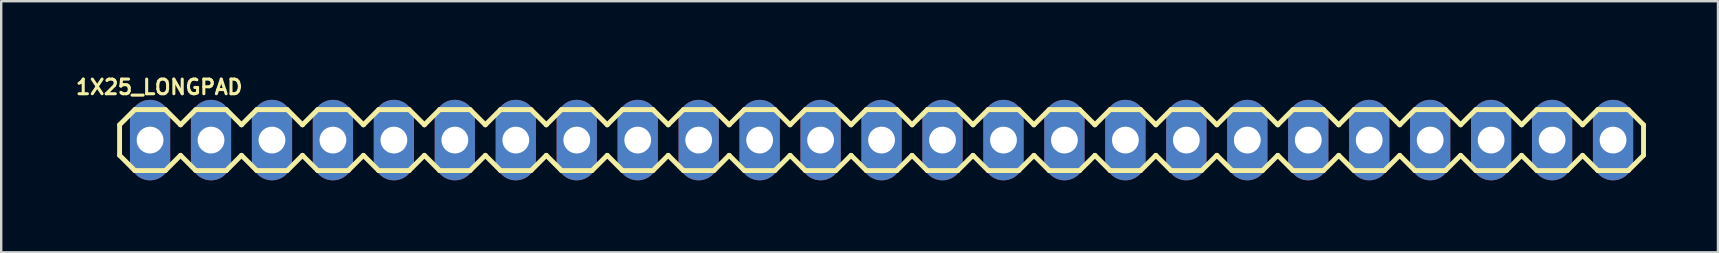
<source format=kicad_pcb>
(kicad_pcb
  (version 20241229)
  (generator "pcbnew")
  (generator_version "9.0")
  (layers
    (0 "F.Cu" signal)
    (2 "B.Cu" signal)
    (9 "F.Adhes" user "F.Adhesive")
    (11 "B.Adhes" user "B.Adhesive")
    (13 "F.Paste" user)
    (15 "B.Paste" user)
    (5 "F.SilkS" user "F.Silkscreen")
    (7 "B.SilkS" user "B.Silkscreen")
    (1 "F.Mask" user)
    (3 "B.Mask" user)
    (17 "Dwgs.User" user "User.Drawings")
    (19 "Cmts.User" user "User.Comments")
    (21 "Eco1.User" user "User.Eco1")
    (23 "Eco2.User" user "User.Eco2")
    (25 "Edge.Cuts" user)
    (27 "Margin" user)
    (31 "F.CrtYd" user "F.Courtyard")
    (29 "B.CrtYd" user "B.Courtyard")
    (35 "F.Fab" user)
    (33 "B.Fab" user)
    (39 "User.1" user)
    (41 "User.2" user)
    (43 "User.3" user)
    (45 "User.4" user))
  (footprint "1X25_LONGPAD"
    (layer "F.Cu")
    (at 3.203 2.787)
    (property "Reference" "1X25_LONGPAD" (at 0.381 -2.207 0) (layer "F.SilkS") (effects (font (size 0.61 0.61) (thickness 0.127))))
    (attr exclude_from_pos_files exclude_from_bom)
    (fp_line (start -1.27 -0.635) (end -1.27 0.635) (stroke (width 0.203) (type solid)) (layer "F.SilkS"))
    (fp_line (start -1.27 0.635) (end -0.635 1.27) (stroke (width 0.203) (type solid)) (layer "F.SilkS"))
    (fp_line (start -0.635 -1.27) (end -1.27 -0.635) (stroke (width 0.203) (type solid)) (layer "F.SilkS"))
    (fp_line (start -0.635 -1.27) (end 0.635 -1.27) (stroke (width 0.203) (type solid)) (layer "F.SilkS"))
    (fp_line (start 0.635 -1.27) (end 1.27 -0.635) (stroke (width 0.203) (type solid)) (layer "F.SilkS"))
    (fp_line (start 0.635 1.27) (end -0.635 1.27) (stroke (width 0.203) (type solid)) (layer "F.SilkS"))
    (fp_line (start 1.27 -0.635) (end 1.905 -1.27) (stroke (width 0.203) (type solid)) (layer "F.SilkS"))
    (fp_line (start 1.27 0.635) (end 0.635 1.27) (stroke (width 0.203) (type solid)) (layer "F.SilkS"))
    (fp_line (start 1.905 -1.27) (end 3.175 -1.27) (stroke (width 0.203) (type solid)) (layer "F.SilkS"))
    (fp_line (start 1.905 1.27) (end 1.27 0.635) (stroke (width 0.203) (type solid)) (layer "F.SilkS"))
    (fp_line (start 3.175 -1.27) (end 3.81 -0.635) (stroke (width 0.203) (type solid)) (layer "F.SilkS"))
    (fp_line (start 3.175 1.27) (end 1.905 1.27) (stroke (width 0.203) (type solid)) (layer "F.SilkS"))
    (fp_line (start 3.81 -0.635) (end 4.445 -1.27) (stroke (width 0.203) (type solid)) (layer "F.SilkS"))
    (fp_line (start 3.81 0.635) (end 3.175 1.27) (stroke (width 0.203) (type solid)) (layer "F.SilkS"))
    (fp_line (start 4.445 -1.27) (end 5.715 -1.27) (stroke (width 0.203) (type solid)) (layer "F.SilkS"))
    (fp_line (start 4.445 1.27) (end 3.81 0.635) (stroke (width 0.203) (type solid)) (layer "F.SilkS"))
    (fp_line (start 5.715 -1.27) (end 6.35 -0.635) (stroke (width 0.203) (type solid)) (layer "F.SilkS"))
    (fp_line (start 5.715 1.27) (end 4.445 1.27) (stroke (width 0.203) (type solid)) (layer "F.SilkS"))
    (fp_line (start 6.35 0.635) (end 5.715 1.27) (stroke (width 0.203) (type solid)) (layer "F.SilkS"))
    (fp_line (start 6.35 0.635) (end 6.985 1.27) (stroke (width 0.203) (type solid)) (layer "F.SilkS"))
    (fp_line (start 6.985 -1.27) (end 6.35 -0.635) (stroke (width 0.203) (type solid)) (layer "F.SilkS"))
    (fp_line (start 6.985 -1.27) (end 8.255 -1.27) (stroke (width 0.203) (type solid)) (layer "F.SilkS"))
    (fp_line (start 8.255 -1.27) (end 8.89 -0.635) (stroke (width 0.203) (type solid)) (layer "F.SilkS"))
    (fp_line (start 8.255 1.27) (end 6.985 1.27) (stroke (width 0.203) (type solid)) (layer "F.SilkS"))
    (fp_line (start 8.89 -0.635) (end 9.525 -1.27) (stroke (width 0.203) (type solid)) (layer "F.SilkS"))
    (fp_line (start 8.89 0.635) (end 8.255 1.27) (stroke (width 0.203) (type solid)) (layer "F.SilkS"))
    (fp_line (start 9.525 -1.27) (end 10.795 -1.27) (stroke (width 0.203) (type solid)) (layer "F.SilkS"))
    (fp_line (start 9.525 1.27) (end 8.89 0.635) (stroke (width 0.203) (type solid)) (layer "F.SilkS"))
    (fp_line (start 10.795 -1.27) (end 11.43 -0.635) (stroke (width 0.203) (type solid)) (layer "F.SilkS"))
    (fp_line (start 10.795 1.27) (end 9.525 1.27) (stroke (width 0.203) (type solid)) (layer "F.SilkS"))
    (fp_line (start 11.43 -0.635) (end 12.065 -1.27) (stroke (width 0.203) (type solid)) (layer "F.SilkS"))
    (fp_line (start 11.43 0.635) (end 10.795 1.27) (stroke (width 0.203) (type solid)) (layer "F.SilkS"))
    (fp_line (start 12.065 -1.27) (end 13.335 -1.27) (stroke (width 0.203) (type solid)) (layer "F.SilkS"))
    (fp_line (start 12.065 1.27) (end 11.43 0.635) (stroke (width 0.203) (type solid)) (layer "F.SilkS"))
    (fp_line (start 13.335 -1.27) (end 13.97 -0.635) (stroke (width 0.203) (type solid)) (layer "F.SilkS"))
    (fp_line (start 13.335 1.27) (end 12.065 1.27) (stroke (width 0.203) (type solid)) (layer "F.SilkS"))
    (fp_line (start 13.97 0.635) (end 13.335 1.27) (stroke (width 0.203) (type solid)) (layer "F.SilkS"))
    (fp_line (start 13.97 0.635) (end 14.605 1.27) (stroke (width 0.203) (type solid)) (layer "F.SilkS"))
    (fp_line (start 14.605 -1.27) (end 13.97 -0.635) (stroke (width 0.203) (type solid)) (layer "F.SilkS"))
    (fp_line (start 14.605 -1.27) (end 15.875 -1.27) (stroke (width 0.203) (type solid)) (layer "F.SilkS"))
    (fp_line (start 15.875 -1.27) (end 16.51 -0.635) (stroke (width 0.203) (type solid)) (layer "F.SilkS"))
    (fp_line (start 15.875 1.27) (end 14.605 1.27) (stroke (width 0.203) (type solid)) (layer "F.SilkS"))
    (fp_line (start 16.51 0.635) (end 15.875 1.27) (stroke (width 0.203) (type solid)) (layer "F.SilkS"))
    (fp_line (start 16.51 0.635) (end 17.145 1.27) (stroke (width 0.203) (type solid)) (layer "F.SilkS"))
    (fp_line (start 17.145 -1.27) (end 16.51 -0.635) (stroke (width 0.203) (type solid)) (layer "F.SilkS"))
    (fp_line (start 17.145 -1.27) (end 18.415 -1.27) (stroke (width 0.203) (type solid)) (layer "F.SilkS"))
    (fp_line (start 18.415 -1.27) (end 19.05 -0.635) (stroke (width 0.203) (type solid)) (layer "F.SilkS"))
    (fp_line (start 18.415 1.27) (end 17.145 1.27) (stroke (width 0.203) (type solid)) (layer "F.SilkS"))
    (fp_line (start 19.05 -0.635) (end 19.685 -1.27) (stroke (width 0.203) (type solid)) (layer "F.SilkS"))
    (fp_line (start 19.05 0.635) (end 18.415 1.27) (stroke (width 0.203) (type solid)) (layer "F.SilkS"))
    (fp_line (start 19.685 -1.27) (end 20.955 -1.27) (stroke (width 0.203) (type solid)) (layer "F.SilkS"))
    (fp_line (start 19.685 1.27) (end 19.05 0.635) (stroke (width 0.203) (type solid)) (layer "F.SilkS"))
    (fp_line (start 20.955 -1.27) (end 21.59 -0.635) (stroke (width 0.203) (type solid)) (layer "F.SilkS"))
    (fp_line (start 20.955 1.27) (end 19.685 1.27) (stroke (width 0.203) (type solid)) (layer "F.SilkS"))
    (fp_line (start 21.59 -0.635) (end 22.225 -1.27) (stroke (width 0.203) (type solid)) (layer "F.SilkS"))
    (fp_line (start 21.59 0.635) (end 20.955 1.27) (stroke (width 0.203) (type solid)) (layer "F.SilkS"))
    (fp_line (start 22.225 -1.27) (end 23.495 -1.27) (stroke (width 0.203) (type solid)) (layer "F.SilkS"))
    (fp_line (start 22.225 1.27) (end 21.59 0.635) (stroke (width 0.203) (type solid)) (layer "F.SilkS"))
    (fp_line (start 23.495 -1.27) (end 24.13 -0.635) (stroke (width 0.203) (type solid)) (layer "F.SilkS"))
    (fp_line (start 23.495 1.27) (end 22.225 1.27) (stroke (width 0.203) (type solid)) (layer "F.SilkS"))
    (fp_line (start 24.13 0.635) (end 23.495 1.27) (stroke (width 0.203) (type solid)) (layer "F.SilkS"))
    (fp_line (start 24.13 0.635) (end 24.765 1.27) (stroke (width 0.203) (type solid)) (layer "F.SilkS"))
    (fp_line (start 24.765 -1.27) (end 24.13 -0.635) (stroke (width 0.203) (type solid)) (layer "F.SilkS"))
    (fp_line (start 24.765 -1.27) (end 26.035 -1.27) (stroke (width 0.203) (type solid)) (layer "F.SilkS"))
    (fp_line (start 26.035 -1.27) (end 26.67 -0.635) (stroke (width 0.203) (type solid)) (layer "F.SilkS"))
    (fp_line (start 26.035 1.27) (end 24.765 1.27) (stroke (width 0.203) (type solid)) (layer "F.SilkS"))
    (fp_line (start 26.67 -0.635) (end 27.305 -1.27) (stroke (width 0.203) (type solid)) (layer "F.SilkS"))
    (fp_line (start 26.67 0.635) (end 26.035 1.27) (stroke (width 0.203) (type solid)) (layer "F.SilkS"))
    (fp_line (start 27.305 -1.27) (end 28.575 -1.27) (stroke (width 0.203) (type solid)) (layer "F.SilkS"))
    (fp_line (start 27.305 1.27) (end 26.67 0.635) (stroke (width 0.203) (type solid)) (layer "F.SilkS"))
    (fp_line (start 28.575 -1.27) (end 29.21 -0.635) (stroke (width 0.203) (type solid)) (layer "F.SilkS"))
    (fp_line (start 28.575 1.27) (end 27.305 1.27) (stroke (width 0.203) (type solid)) (layer "F.SilkS"))
    (fp_line (start 29.21 -0.635) (end 29.845 -1.27) (stroke (width 0.203) (type solid)) (layer "F.SilkS"))
    (fp_line (start 29.21 0.635) (end 28.575 1.27) (stroke (width 0.203) (type solid)) (layer "F.SilkS"))
    (fp_line (start 29.845 -1.27) (end 31.115 -1.27) (stroke (width 0.203) (type solid)) (layer "F.SilkS"))
    (fp_line (start 29.845 1.27) (end 29.21 0.635) (stroke (width 0.203) (type solid)) (layer "F.SilkS"))
    (fp_line (start 31.115 -1.27) (end 31.75 -0.635) (stroke (width 0.203) (type solid)) (layer "F.SilkS"))
    (fp_line (start 31.115 1.27) (end 29.845 1.27) (stroke (width 0.203) (type solid)) (layer "F.SilkS"))
    (fp_line (start 31.75 0.635) (end 31.115 1.27) (stroke (width 0.203) (type solid)) (layer "F.SilkS"))
    (fp_line (start 31.75 0.635) (end 32.385 1.27) (stroke (width 0.203) (type solid)) (layer "F.SilkS"))
    (fp_line (start 32.385 -1.27) (end 31.75 -0.635) (stroke (width 0.203) (type solid)) (layer "F.SilkS"))
    (fp_line (start 32.385 -1.27) (end 33.655 -1.27) (stroke (width 0.203) (type solid)) (layer "F.SilkS"))
    (fp_line (start 33.655 -1.27) (end 34.29 -0.635) (stroke (width 0.203) (type solid)) (layer "F.SilkS"))
    (fp_line (start 33.655 1.27) (end 32.385 1.27) (stroke (width 0.203) (type solid)) (layer "F.SilkS"))
    (fp_line (start 34.29 0.635) (end 33.655 1.27) (stroke (width 0.203) (type solid)) (layer "F.SilkS"))
    (fp_line (start 34.29 0.635) (end 34.925 1.27) (stroke (width 0.203) (type solid)) (layer "F.SilkS"))
    (fp_line (start 34.925 -1.27) (end 34.29 -0.635) (stroke (width 0.203) (type solid)) (layer "F.SilkS"))
    (fp_line (start 34.925 -1.27) (end 36.195 -1.27) (stroke (width 0.203) (type solid)) (layer "F.SilkS"))
    (fp_line (start 36.195 -1.27) (end 36.83 -0.635) (stroke (width 0.203) (type solid)) (layer "F.SilkS"))
    (fp_line (start 36.195 1.27) (end 34.925 1.27) (stroke (width 0.203) (type solid)) (layer "F.SilkS"))
    (fp_line (start 36.83 0.635) (end 36.195 1.27) (stroke (width 0.203) (type solid)) (layer "F.SilkS"))
    (fp_line (start 36.83 0.635) (end 37.465 1.27) (stroke (width 0.203) (type solid)) (layer "F.SilkS"))
    (fp_line (start 37.465 -1.27) (end 36.83 -0.635) (stroke (width 0.203) (type solid)) (layer "F.SilkS"))
    (fp_line (start 37.465 -1.27) (end 38.735 -1.27) (stroke (width 0.203) (type solid)) (layer "F.SilkS"))
    (fp_line (start 38.735 -1.27) (end 39.37 -0.635) (stroke (width 0.203) (type solid)) (layer "F.SilkS"))
    (fp_line (start 38.735 1.27) (end 37.465 1.27) (stroke (width 0.203) (type solid)) (layer "F.SilkS"))
    (fp_line (start 39.37 0.635) (end 38.735 1.27) (stroke (width 0.203) (type solid)) (layer "F.SilkS"))
    (fp_line (start 39.37 0.635) (end 40.005 1.27) (stroke (width 0.203) (type solid)) (layer "F.SilkS"))
    (fp_line (start 40.005 -1.27) (end 39.37 -0.635) (stroke (width 0.203) (type solid)) (layer "F.SilkS"))
    (fp_line (start 40.005 -1.27) (end 41.275 -1.27) (stroke (width 0.203) (type solid)) (layer "F.SilkS"))
    (fp_line (start 41.275 -1.27) (end 41.91 -0.635) (stroke (width 0.203) (type solid)) (layer "F.SilkS"))
    (fp_line (start 41.275 1.27) (end 40.005 1.27) (stroke (width 0.203) (type solid)) (layer "F.SilkS"))
    (fp_line (start 41.91 0.635) (end 41.275 1.27) (stroke (width 0.203) (type solid)) (layer "F.SilkS"))
    (fp_line (start 41.91 0.635) (end 42.545 1.27) (stroke (width 0.203) (type solid)) (layer "F.SilkS"))
    (fp_line (start 42.545 -1.27) (end 41.91 -0.635) (stroke (width 0.203) (type solid)) (layer "F.SilkS"))
    (fp_line (start 42.545 -1.27) (end 43.815 -1.27) (stroke (width 0.203) (type solid)) (layer "F.SilkS"))
    (fp_line (start 43.815 -1.27) (end 44.45 -0.635) (stroke (width 0.203) (type solid)) (layer "F.SilkS"))
    (fp_line (start 43.815 1.27) (end 42.545 1.27) (stroke (width 0.203) (type solid)) (layer "F.SilkS"))
    (fp_line (start 44.45 0.635) (end 43.815 1.27) (stroke (width 0.203) (type solid)) (layer "F.SilkS"))
    (fp_line (start 44.45 0.635) (end 45.085 1.27) (stroke (width 0.203) (type solid)) (layer "F.SilkS"))
    (fp_line (start 45.085 -1.27) (end 44.45 -0.635) (stroke (width 0.203) (type solid)) (layer "F.SilkS"))
    (fp_line (start 45.085 -1.27) (end 46.355 -1.27) (stroke (width 0.203) (type solid)) (layer "F.SilkS"))
    (fp_line (start 46.355 -1.27) (end 46.99 -0.635) (stroke (width 0.203) (type solid)) (layer "F.SilkS"))
    (fp_line (start 46.355 1.27) (end 45.085 1.27) (stroke (width 0.203) (type solid)) (layer "F.SilkS"))
    (fp_line (start 46.99 0.635) (end 46.355 1.27) (stroke (width 0.203) (type solid)) (layer "F.SilkS"))
    (fp_line (start 46.99 0.635) (end 47.625 1.27) (stroke (width 0.203) (type solid)) (layer "F.SilkS"))
    (fp_line (start 47.625 -1.27) (end 46.99 -0.635) (stroke (width 0.203) (type solid)) (layer "F.SilkS"))
    (fp_line (start 47.625 -1.27) (end 48.895 -1.27) (stroke (width 0.203) (type solid)) (layer "F.SilkS"))
    (fp_line (start 48.895 -1.27) (end 49.53 -0.635) (stroke (width 0.203) (type solid)) (layer "F.SilkS"))
    (fp_line (start 48.895 1.27) (end 47.625 1.27) (stroke (width 0.203) (type solid)) (layer "F.SilkS"))
    (fp_line (start 49.53 0.635) (end 48.895 1.27) (stroke (width 0.203) (type solid)) (layer "F.SilkS"))
    (fp_line (start 49.53 0.635) (end 50.165 1.27) (stroke (width 0.203) (type solid)) (layer "F.SilkS"))
    (fp_line (start 50.165 -1.27) (end 49.53 -0.635) (stroke (width 0.203) (type solid)) (layer "F.SilkS"))
    (fp_line (start 50.165 -1.27) (end 51.435 -1.27) (stroke (width 0.203) (type solid)) (layer "F.SilkS"))
    (fp_line (start 51.435 -1.27) (end 52.07 -0.635) (stroke (width 0.203) (type solid)) (layer "F.SilkS"))
    (fp_line (start 51.435 1.27) (end 50.165 1.27) (stroke (width 0.203) (type solid)) (layer "F.SilkS"))
    (fp_line (start 52.07 0.635) (end 51.435 1.27) (stroke (width 0.203) (type solid)) (layer "F.SilkS"))
    (fp_line (start 52.07 0.635) (end 52.705 1.27) (stroke (width 0.203) (type solid)) (layer "F.SilkS"))
    (fp_line (start 52.705 -1.27) (end 52.07 -0.635) (stroke (width 0.203) (type solid)) (layer "F.SilkS"))
    (fp_line (start 52.705 -1.27) (end 53.975 -1.27) (stroke (width 0.203) (type solid)) (layer "F.SilkS"))
    (fp_line (start 53.975 -1.27) (end 54.61 -0.635) (stroke (width 0.203) (type solid)) (layer "F.SilkS"))
    (fp_line (start 53.975 1.27) (end 52.705 1.27) (stroke (width 0.203) (type solid)) (layer "F.SilkS"))
    (fp_line (start 54.61 0.635) (end 53.975 1.27) (stroke (width 0.203) (type solid)) (layer "F.SilkS"))
    (fp_line (start 54.61 0.635) (end 55.245 1.27) (stroke (width 0.203) (type solid)) (layer "F.SilkS"))
    (fp_line (start 55.245 -1.27) (end 54.61 -0.635) (stroke (width 0.203) (type solid)) (layer "F.SilkS"))
    (fp_line (start 55.245 -1.27) (end 56.515 -1.27) (stroke (width 0.203) (type solid)) (layer "F.SilkS"))
    (fp_line (start 56.515 -1.27) (end 57.15 -0.635) (stroke (width 0.203) (type solid)) (layer "F.SilkS"))
    (fp_line (start 56.515 1.27) (end 55.245 1.27) (stroke (width 0.203) (type solid)) (layer "F.SilkS"))
    (fp_line (start 57.15 0.635) (end 56.515 1.27) (stroke (width 0.203) (type solid)) (layer "F.SilkS"))
    (fp_line (start 57.15 0.635) (end 57.785 1.27) (stroke (width 0.203) (type solid)) (layer "F.SilkS"))
    (fp_line (start 57.785 -1.27) (end 57.15 -0.635) (stroke (width 0.203) (type solid)) (layer "F.SilkS"))
    (fp_line (start 57.785 -1.27) (end 59.055 -1.27) (stroke (width 0.203) (type solid)) (layer "F.SilkS"))
    (fp_line (start 59.055 -1.27) (end 59.69 -0.635) (stroke (width 0.203) (type solid)) (layer "F.SilkS"))
    (fp_line (start 59.055 1.27) (end 57.785 1.27) (stroke (width 0.203) (type solid)) (layer "F.SilkS"))
    (fp_line (start 59.69 0.635) (end 59.055 1.27) (stroke (width 0.203) (type solid)) (layer "F.SilkS"))
    (fp_line (start 59.69 0.635) (end 60.325 1.27) (stroke (width 0.203) (type solid)) (layer "F.SilkS"))
    (fp_line (start 60.325 -1.27) (end 59.69 -0.635) (stroke (width 0.203) (type solid)) (layer "F.SilkS"))
    (fp_line (start 60.325 -1.27) (end 61.595 -1.27) (stroke (width 0.203) (type solid)) (layer "F.SilkS"))
    (fp_line (start 61.595 -1.27) (end 62.23 -0.635) (stroke (width 0.203) (type solid)) (layer "F.SilkS"))
    (fp_line (start 61.595 1.27) (end 60.325 1.27) (stroke (width 0.203) (type solid)) (layer "F.SilkS"))
    (fp_line (start 62.23 -0.635) (end 62.23 0.635) (stroke (width 0.203) (type solid)) (layer "F.SilkS"))
    (fp_line (start 62.23 0.635) (end 61.595 1.27) (stroke (width 0.203) (type solid)) (layer "F.SilkS"))
    (fp_line (start -0.254 -0.254) (end 0.254 -0.254) (stroke (width 0.066) (type solid)) (layer "Dwgs.User"))
    (fp_line (start -0.254 0.254) (end -0.254 -0.254) (stroke (width 0.066) (type solid)) (layer "Dwgs.User"))
    (fp_line (start -0.254 0.254) (end 0.254 0.254) (stroke (width 0.066) (type solid)) (layer "Dwgs.User"))
    (fp_line (start 0.254 0.254) (end 0.254 -0.254) (stroke (width 0.066) (type solid)) (layer "Dwgs.User"))
    (fp_line (start 2.286 -0.254) (end 2.794 -0.254) (stroke (width 0.066) (type solid)) (layer "Dwgs.User"))
    (fp_line (start 2.286 0.254) (end 2.286 -0.254) (stroke (width 0.066) (type solid)) (layer "Dwgs.User"))
    (fp_line (start 2.286 0.254) (end 2.794 0.254) (stroke (width 0.066) (type solid)) (layer "Dwgs.User"))
    (fp_line (start 2.794 0.254) (end 2.794 -0.254) (stroke (width 0.066) (type solid)) (layer "Dwgs.User"))
    (fp_line (start 4.826 -0.254) (end 5.334 -0.254) (stroke (width 0.066) (type solid)) (layer "Dwgs.User"))
    (fp_line (start 4.826 0.254) (end 4.826 -0.254) (stroke (width 0.066) (type solid)) (layer "Dwgs.User"))
    (fp_line (start 4.826 0.254) (end 5.334 0.254) (stroke (width 0.066) (type solid)) (layer "Dwgs.User"))
    (fp_line (start 5.334 0.254) (end 5.334 -0.254) (stroke (width 0.066) (type solid)) (layer "Dwgs.User"))
    (fp_line (start 7.366 -0.254) (end 7.874 -0.254) (stroke (width 0.066) (type solid)) (layer "Dwgs.User"))
    (fp_line (start 7.366 0.254) (end 7.366 -0.254) (stroke (width 0.066) (type solid)) (layer "Dwgs.User"))
    (fp_line (start 7.366 0.254) (end 7.874 0.254) (stroke (width 0.066) (type solid)) (layer "Dwgs.User"))
    (fp_line (start 7.874 0.254) (end 7.874 -0.254) (stroke (width 0.066) (type solid)) (layer "Dwgs.User"))
    (fp_line (start 9.906 -0.254) (end 10.414 -0.254) (stroke (width 0.066) (type solid)) (layer "Dwgs.User"))
    (fp_line (start 9.906 0.254) (end 9.906 -0.254) (stroke (width 0.066) (type solid)) (layer "Dwgs.User"))
    (fp_line (start 9.906 0.254) (end 10.414 0.254) (stroke (width 0.066) (type solid)) (layer "Dwgs.User"))
    (fp_line (start 10.414 0.254) (end 10.414 -0.254) (stroke (width 0.066) (type solid)) (layer "Dwgs.User"))
    (fp_line (start 12.446 -0.254) (end 12.954 -0.254) (stroke (width 0.066) (type solid)) (layer "Dwgs.User"))
    (fp_line (start 12.446 0.254) (end 12.446 -0.254) (stroke (width 0.066) (type solid)) (layer "Dwgs.User"))
    (fp_line (start 12.446 0.254) (end 12.954 0.254) (stroke (width 0.066) (type solid)) (layer "Dwgs.User"))
    (fp_line (start 12.954 0.254) (end 12.954 -0.254) (stroke (width 0.066) (type solid)) (layer "Dwgs.User"))
    (fp_line (start 14.986 -0.254) (end 15.494 -0.254) (stroke (width 0.066) (type solid)) (layer "Dwgs.User"))
    (fp_line (start 14.986 0.254) (end 14.986 -0.254) (stroke (width 0.066) (type solid)) (layer "Dwgs.User"))
    (fp_line (start 14.986 0.254) (end 15.494 0.254) (stroke (width 0.066) (type solid)) (layer "Dwgs.User"))
    (fp_line (start 15.494 0.254) (end 15.494 -0.254) (stroke (width 0.066) (type solid)) (layer "Dwgs.User"))
    (fp_line (start 17.523 -0.254) (end 18.034 -0.254) (stroke (width 0.066) (type solid)) (layer "Dwgs.User"))
    (fp_line (start 17.523 0.254) (end 17.523 -0.254) (stroke (width 0.066) (type solid)) (layer "Dwgs.User"))
    (fp_line (start 17.523 0.254) (end 18.034 0.254) (stroke (width 0.066) (type solid)) (layer "Dwgs.User"))
    (fp_line (start 18.034 0.254) (end 18.034 -0.254) (stroke (width 0.066) (type solid)) (layer "Dwgs.User"))
    (fp_line (start 20.066 -0.254) (end 20.574 -0.254) (stroke (width 0.066) (type solid)) (layer "Dwgs.User"))
    (fp_line (start 20.066 0.254) (end 20.066 -0.254) (stroke (width 0.066) (type solid)) (layer "Dwgs.User"))
    (fp_line (start 20.066 0.254) (end 20.574 0.254) (stroke (width 0.066) (type solid)) (layer "Dwgs.User"))
    (fp_line (start 20.574 0.254) (end 20.574 -0.254) (stroke (width 0.066) (type solid)) (layer "Dwgs.User"))
    (fp_line (start 22.606 -0.254) (end 23.114 -0.254) (stroke (width 0.066) (type solid)) (layer "Dwgs.User"))
    (fp_line (start 22.606 0.254) (end 22.606 -0.254) (stroke (width 0.066) (type solid)) (layer "Dwgs.User"))
    (fp_line (start 22.606 0.254) (end 23.114 0.254) (stroke (width 0.066) (type solid)) (layer "Dwgs.User"))
    (fp_line (start 23.114 0.254) (end 23.114 -0.254) (stroke (width 0.066) (type solid)) (layer "Dwgs.User"))
    (fp_line (start 25.146 -0.254) (end 25.654 -0.254) (stroke (width 0.066) (type solid)) (layer "Dwgs.User"))
    (fp_line (start 25.146 0.254) (end 25.146 -0.254) (stroke (width 0.066) (type solid)) (layer "Dwgs.User"))
    (fp_line (start 25.146 0.254) (end 25.654 0.254) (stroke (width 0.066) (type solid)) (layer "Dwgs.User"))
    (fp_line (start 25.654 0.254) (end 25.654 -0.254) (stroke (width 0.066) (type solid)) (layer "Dwgs.User"))
    (fp_line (start 27.686 -0.254) (end 28.194 -0.254) (stroke (width 0.066) (type solid)) (layer "Dwgs.User"))
    (fp_line (start 27.686 0.254) (end 27.686 -0.254) (stroke (width 0.066) (type solid)) (layer "Dwgs.User"))
    (fp_line (start 27.686 0.254) (end 28.194 0.254) (stroke (width 0.066) (type solid)) (layer "Dwgs.User"))
    (fp_line (start 28.194 0.254) (end 28.194 -0.254) (stroke (width 0.066) (type solid)) (layer "Dwgs.User"))
    (fp_line (start 30.226 -0.254) (end 30.734 -0.254) (stroke (width 0.066) (type solid)) (layer "Dwgs.User"))
    (fp_line (start 30.226 0.254) (end 30.226 -0.254) (stroke (width 0.066) (type solid)) (layer "Dwgs.User"))
    (fp_line (start 30.226 0.254) (end 30.734 0.254) (stroke (width 0.066) (type solid)) (layer "Dwgs.User"))
    (fp_line (start 30.734 0.254) (end 30.734 -0.254) (stroke (width 0.066) (type solid)) (layer "Dwgs.User"))
    (fp_line (start 32.766 -0.254) (end 33.274 -0.254) (stroke (width 0.066) (type solid)) (layer "Dwgs.User"))
    (fp_line (start 32.766 0.254) (end 32.766 -0.254) (stroke (width 0.066) (type solid)) (layer "Dwgs.User"))
    (fp_line (start 32.766 0.254) (end 33.274 0.254) (stroke (width 0.066) (type solid)) (layer "Dwgs.User"))
    (fp_line (start 33.274 0.254) (end 33.274 -0.254) (stroke (width 0.066) (type solid)) (layer "Dwgs.User"))
    (fp_line (start 35.303 -0.254) (end 35.814 -0.254) (stroke (width 0.066) (type solid)) (layer "Dwgs.User"))
    (fp_line (start 35.303 0.254) (end 35.303 -0.254) (stroke (width 0.066) (type solid)) (layer "Dwgs.User"))
    (fp_line (start 35.303 0.254) (end 35.814 0.254) (stroke (width 0.066) (type solid)) (layer "Dwgs.User"))
    (fp_line (start 35.814 0.254) (end 35.814 -0.254) (stroke (width 0.066) (type solid)) (layer "Dwgs.User"))
    (fp_line (start 37.846 -0.254) (end 38.354 -0.254) (stroke (width 0.066) (type solid)) (layer "Dwgs.User"))
    (fp_line (start 37.846 0.254) (end 37.846 -0.254) (stroke (width 0.066) (type solid)) (layer "Dwgs.User"))
    (fp_line (start 37.846 0.254) (end 38.354 0.254) (stroke (width 0.066) (type solid)) (layer "Dwgs.User"))
    (fp_line (start 38.354 0.254) (end 38.354 -0.254) (stroke (width 0.066) (type solid)) (layer "Dwgs.User"))
    (fp_line (start 40.386 -0.254) (end 40.894 -0.254) (stroke (width 0.066) (type solid)) (layer "Dwgs.User"))
    (fp_line (start 40.386 0.254) (end 40.386 -0.254) (stroke (width 0.066) (type solid)) (layer "Dwgs.User"))
    (fp_line (start 40.386 0.254) (end 40.894 0.254) (stroke (width 0.066) (type solid)) (layer "Dwgs.User"))
    (fp_line (start 40.894 0.254) (end 40.894 -0.254) (stroke (width 0.066) (type solid)) (layer "Dwgs.User"))
    (fp_line (start 42.926 -0.254) (end 43.434 -0.254) (stroke (width 0.066) (type solid)) (layer "Dwgs.User"))
    (fp_line (start 42.926 0.254) (end 42.926 -0.254) (stroke (width 0.066) (type solid)) (layer "Dwgs.User"))
    (fp_line (start 42.926 0.254) (end 43.434 0.254) (stroke (width 0.066) (type solid)) (layer "Dwgs.User"))
    (fp_line (start 43.434 0.254) (end 43.434 -0.254) (stroke (width 0.066) (type solid)) (layer "Dwgs.User"))
    (fp_line (start 45.466 -0.254) (end 45.974 -0.254) (stroke (width 0.066) (type solid)) (layer "Dwgs.User"))
    (fp_line (start 45.466 0.254) (end 45.466 -0.254) (stroke (width 0.066) (type solid)) (layer "Dwgs.User"))
    (fp_line (start 45.466 0.254) (end 45.974 0.254) (stroke (width 0.066) (type solid)) (layer "Dwgs.User"))
    (fp_line (start 45.974 0.254) (end 45.974 -0.254) (stroke (width 0.066) (type solid)) (layer "Dwgs.User"))
    (fp_line (start 48.006 -0.254) (end 48.514 -0.254) (stroke (width 0.066) (type solid)) (layer "Dwgs.User"))
    (fp_line (start 48.006 0.254) (end 48.006 -0.254) (stroke (width 0.066) (type solid)) (layer "Dwgs.User"))
    (fp_line (start 48.006 0.254) (end 48.514 0.254) (stroke (width 0.066) (type solid)) (layer "Dwgs.User"))
    (fp_line (start 48.514 0.254) (end 48.514 -0.254) (stroke (width 0.066) (type solid)) (layer "Dwgs.User"))
    (fp_line (start 50.546 -0.254) (end 51.051 -0.254) (stroke (width 0.066) (type solid)) (layer "Dwgs.User"))
    (fp_line (start 50.546 0.254) (end 50.546 -0.254) (stroke (width 0.066) (type solid)) (layer "Dwgs.User"))
    (fp_line (start 50.546 0.254) (end 51.051 0.254) (stroke (width 0.066) (type solid)) (layer "Dwgs.User"))
    (fp_line (start 51.051 0.254) (end 51.051 -0.254) (stroke (width 0.066) (type solid)) (layer "Dwgs.User"))
    (fp_line (start 53.086 -0.254) (end 53.594 -0.254) (stroke (width 0.066) (type solid)) (layer "Dwgs.User"))
    (fp_line (start 53.086 0.254) (end 53.086 -0.254) (stroke (width 0.066) (type solid)) (layer "Dwgs.User"))
    (fp_line (start 53.086 0.254) (end 53.594 0.254) (stroke (width 0.066) (type solid)) (layer "Dwgs.User"))
    (fp_line (start 53.594 0.254) (end 53.594 -0.254) (stroke (width 0.066) (type solid)) (layer "Dwgs.User"))
    (fp_line (start 55.626 -0.254) (end 56.134 -0.254) (stroke (width 0.066) (type solid)) (layer "Dwgs.User"))
    (fp_line (start 55.626 0.254) (end 55.626 -0.254) (stroke (width 0.066) (type solid)) (layer "Dwgs.User"))
    (fp_line (start 55.626 0.254) (end 56.134 0.254) (stroke (width 0.066) (type solid)) (layer "Dwgs.User"))
    (fp_line (start 56.134 0.254) (end 56.134 -0.254) (stroke (width 0.066) (type solid)) (layer "Dwgs.User"))
    (fp_line (start 58.166 -0.254) (end 58.674 -0.254) (stroke (width 0.066) (type solid)) (layer "Dwgs.User"))
    (fp_line (start 58.166 0.254) (end 58.166 -0.254) (stroke (width 0.066) (type solid)) (layer "Dwgs.User"))
    (fp_line (start 58.166 0.254) (end 58.674 0.254) (stroke (width 0.066) (type solid)) (layer "Dwgs.User"))
    (fp_line (start 58.674 0.254) (end 58.674 -0.254) (stroke (width 0.066) (type solid)) (layer "Dwgs.User"))
    (fp_line (start 60.706 -0.254) (end 61.214 -0.254) (stroke (width 0.066) (type solid)) (layer "Dwgs.User"))
    (fp_line (start 60.706 0.254) (end 60.706 -0.254) (stroke (width 0.066) (type solid)) (layer "Dwgs.User"))
    (fp_line (start 60.706 0.254) (end 61.214 0.254) (stroke (width 0.066) (type solid)) (layer "Dwgs.User"))
    (fp_line (start 61.214 0.254) (end 61.214 -0.254) (stroke (width 0.066) (type solid)) (layer "Dwgs.User"))
    (pad "1" thru_hole oval (at 0 0 180) (size 1.676 3.353) (drill 1.118) (layers "*.Cu" "*.Paste" "*.Mask"))
    (pad "2" thru_hole oval (at 2.54 0 180) (size 1.676 3.353) (drill 1.118) (layers "*.Cu" "*.Paste" "*.Mask"))
    (pad "3" thru_hole oval (at 5.08 0 180) (size 1.676 3.353) (drill 1.118) (layers "*.Cu" "*.Paste" "*.Mask"))
    (pad "4" thru_hole oval (at 7.62 0 180) (size 1.676 3.353) (drill 1.118) (layers "*.Cu" "*.Paste" "*.Mask"))
    (pad "5" thru_hole oval (at 10.16 0 180) (size 1.676 3.353) (drill 1.118) (layers "*.Cu" "*.Paste" "*.Mask"))
    (pad "6" thru_hole oval (at 12.7 0 180) (size 1.676 3.353) (drill 1.118) (layers "*.Cu" "*.Paste" "*.Mask"))
    (pad "7" thru_hole oval (at 15.24 0 180) (size 1.676 3.353) (drill 1.118) (layers "*.Cu" "*.Paste" "*.Mask"))
    (pad "8" thru_hole oval (at 17.78 0 180) (size 1.676 3.353) (drill 1.118) (layers "*.Cu" "*.Paste" "*.Mask"))
    (pad "9" thru_hole oval (at 20.32 0 180) (size 1.676 3.353) (drill 1.118) (layers "*.Cu" "*.Paste" "*.Mask"))
    (pad "10" thru_hole oval (at 22.86 0 180) (size 1.676 3.353) (drill 1.118) (layers "*.Cu" "*.Paste" "*.Mask"))
    (pad "11" thru_hole oval (at 25.4 0 180) (size 1.676 3.353) (drill 1.118) (layers "*.Cu" "*.Paste" "*.Mask"))
    (pad "12" thru_hole oval (at 27.94 0 180) (size 1.676 3.353) (drill 1.118) (layers "*.Cu" "*.Paste" "*.Mask"))
    (pad "13" thru_hole oval (at 30.48 0 180) (size 1.676 3.353) (drill 1.118) (layers "*.Cu" "*.Paste" "*.Mask"))
    (pad "14" thru_hole oval (at 33.02 0 180) (size 1.676 3.353) (drill 1.118) (layers "*.Cu" "*.Paste" "*.Mask"))
    (pad "15" thru_hole oval (at 35.56 0 180) (size 1.676 3.353) (drill 1.118) (layers "*.Cu" "*.Paste" "*.Mask"))
    (pad "16" thru_hole oval (at 38.1 0 180) (size 1.676 3.353) (drill 1.118) (layers "*.Cu" "*.Paste" "*.Mask"))
    (pad "17" thru_hole oval (at 40.64 0 180) (size 1.676 3.353) (drill 1.118) (layers "*.Cu" "*.Paste" "*.Mask"))
    (pad "18" thru_hole oval (at 43.18 0 180) (size 1.676 3.353) (drill 1.118) (layers "*.Cu" "*.Paste" "*.Mask"))
    (pad "19" thru_hole oval (at 45.72 0 180) (size 1.676 3.353) (drill 1.118) (layers "*.Cu" "*.Paste" "*.Mask"))
    (pad "20" thru_hole oval (at 48.26 0 180) (size 1.676 3.353) (drill 1.118) (layers "*.Cu" "*.Paste" "*.Mask"))
    (pad "21" thru_hole oval (at 50.8 0 180) (size 1.676 3.353) (drill 1.118) (layers "*.Cu" "*.Paste" "*.Mask"))
    (pad "22" thru_hole oval (at 53.34 0 180) (size 1.676 3.353) (drill 1.118) (layers "*.Cu" "*.Paste" "*.Mask"))
    (pad "23" thru_hole oval (at 55.88 0 180) (size 1.676 3.353) (drill 1.118) (layers "*.Cu" "*.Paste" "*.Mask"))
    (pad "24" thru_hole oval (at 58.42 0 180) (size 1.676 3.353) (drill 1.118) (layers "*.Cu" "*.Paste" "*.Mask"))
    (pad "25" thru_hole oval (at 60.96 0 180) (size 1.676 3.353) (drill 1.118) (layers "*.Cu" "*.Paste" "*.Mask")))
  (gr_rect
    (start -3 -3)
    (end 68.535 7.463)
    (stroke (width 0.1) (type default))
    (fill no)
    (layer "Edge.Cuts")))
</source>
